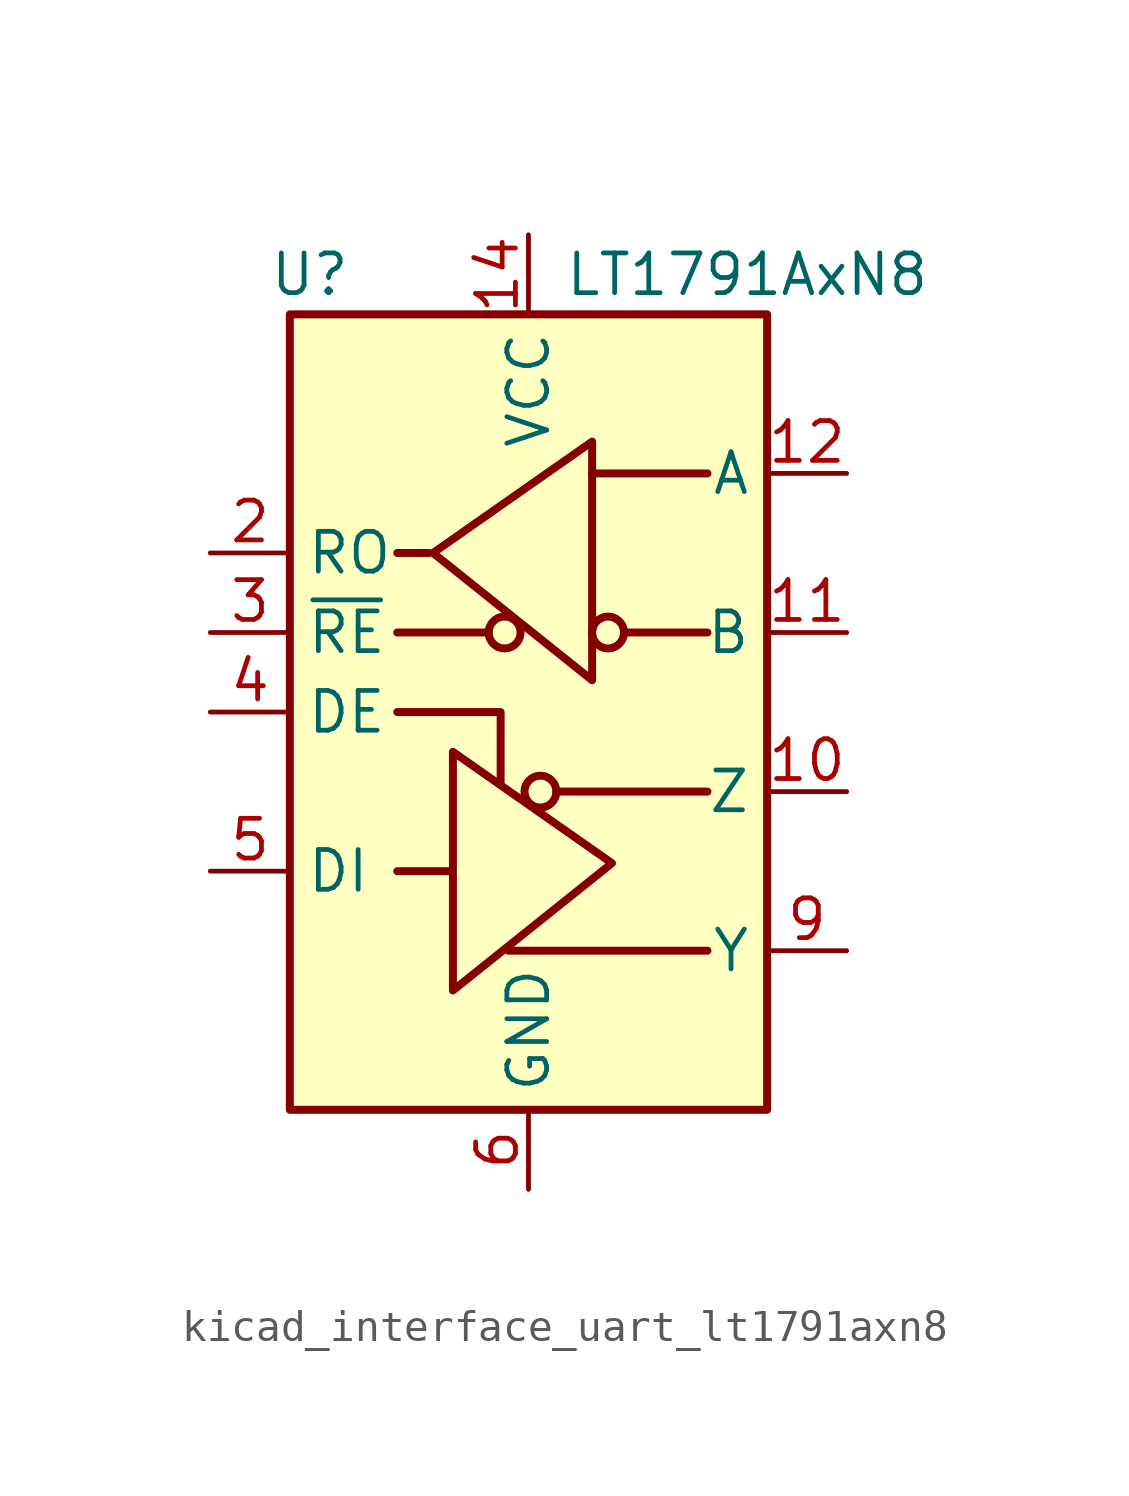
<source format=kicad_sym>
(kicad_symbol_lib
  (version 20220914)
  (generator kicad_symbol_editor)
  (symbol "kicad_interface_uart_lt1791axn8"
    (property "Reference" "U"
      (at -6.985 13.97 0)
      (effects (font (size 1.27 1.27))))
    (property "Value" "LT1791AxN8"
      (at 6.985 13.97 0)
      (effects (font (size 1.27 1.27))))
    (symbol "kicad_interface_uart_lt1791axn8_0_1"
      (rectangle (start -7.62 12.7) (end 7.62 -12.7) (stroke (width 0.254) (type default)) (fill (type background))))
    (symbol "kicad_interface_uart_lt1791axn8_1_1"
      (circle (center -0.762 2.54) (radius 0.508) (stroke (width 0.254) (type default)) (fill (type none)))
      (polyline (pts (xy -4.191 2.54) (xy -1.27 2.54)) (stroke (width 0.254) (type default)) (fill (type none)))
      (polyline (pts (xy -2.54 -5.08) (xy -4.191 -5.08)) (stroke (width 0.254) (type default)) (fill (type none)))
      (polyline (pts (xy -0.635 -7.62) (xy 5.715 -7.62)) (stroke (width 0.254) (type default)) (fill (type none)))
      (polyline (pts (xy 0.889 -2.54) (xy 5.715 -2.54)) (stroke (width 0.254) (type default)) (fill (type none)))
      (polyline (pts (xy 2.032 7.62) (xy 5.715 7.62)) (stroke (width 0.254) (type default)) (fill (type none)))
      (polyline (pts (xy 3.048 2.54) (xy 5.715 2.54)) (stroke (width 0.254) (type default)) (fill (type none)))
      (polyline (pts (xy -4.191 0) (xy -0.889 0) (xy -0.889 -2.286)) (stroke (width 0.254) (type default)) (fill (type none)))
      (polyline (pts (xy -3.175 5.08) (xy -4.191 5.08) (xy -4.064 5.08)) (stroke (width 0.254) (type default)) (fill (type none)))
      (polyline (pts (xy -2.413 -5.08) (xy -2.413 -1.27) (xy 2.667 -4.826) (xy -2.413 -8.89) (xy -2.413 -5.08)) (stroke (width 0.254) (type default)) (fill (type none)))
      (polyline (pts (xy 2.032 4.826) (xy 2.032 8.636) (xy -3.048 5.08) (xy 2.032 1.016) (xy 2.032 4.826)) (stroke (width 0.254) (type default)) (fill (type none)))
      (circle (center 0.381 -2.54) (radius 0.508) (stroke (width 0.254) (type default)) (fill (type none)))
      (circle (center 2.54 2.54) (radius 0.508) (stroke (width 0.254) (type default)) (fill (type none)))
      (pin no_connect line (at -7.62 -10.16 0) (length 2.54) hide (name "NC" (effects (font (size 1.27 1.27)))) (number "1" (effects (font (size 1.27 1.27)))))
      (pin output line (at 10.16 -2.54 180) (length 2.54) (name "Z" (effects (font (size 1.27 1.27)))) (number "10" (effects (font (size 1.27 1.27)))))
      (pin input line (at 10.16 2.54 180) (length 2.54) (name "B" (effects (font (size 1.27 1.27)))) (number "11" (effects (font (size 1.27 1.27)))))
      (pin input line (at 10.16 7.62 180) (length 2.54) (name "A" (effects (font (size 1.27 1.27)))) (number "12" (effects (font (size 1.27 1.27)))))
      (pin no_connect line (at -7.62 7.62 0) (length 2.54) hide (name "NC" (effects (font (size 1.27 1.27)))) (number "13" (effects (font (size 1.27 1.27)))))
      (pin power_in line (at 0 15.24 270) (length 2.54) (name "VCC" (effects (font (size 1.27 1.27)))) (number "14" (effects (font (size 1.27 1.27)))))
      (pin output line (at -10.16 5.08 0) (length 2.54) (name "RO" (effects (font (size 1.27 1.27)))) (number "2" (effects (font (size 1.27 1.27)))))
      (pin input line (at -10.16 2.54 0) (length 2.54) (name "~{RE}" (effects (font (size 1.27 1.27)))) (number "3" (effects (font (size 1.27 1.27)))))
      (pin input line (at -10.16 0 0) (length 2.54) (name "DE" (effects (font (size 1.27 1.27)))) (number "4" (effects (font (size 1.27 1.27)))))
      (pin input line (at -10.16 -5.08 0) (length 2.54) (name "DI" (effects (font (size 1.27 1.27)))) (number "5" (effects (font (size 1.27 1.27)))))
      (pin power_in line (at 0 -15.24 90) (length 2.54) (name "GND" (effects (font (size 1.27 1.27)))) (number "6" (effects (font (size 1.27 1.27)))))
      (pin passive line (at 0 -15.24 90) (length 2.54) hide (name "GND" (effects (font (size 1.27 1.27)))) (number "7" (effects (font (size 1.27 1.27)))))
      (pin no_connect line (at -7.62 -7.62 0) (length 2.54) hide (name "NC" (effects (font (size 1.27 1.27)))) (number "8" (effects (font (size 1.27 1.27)))))
      (pin output line (at 10.16 -7.62 180) (length 2.54) (name "Y" (effects (font (size 1.27 1.27)))) (number "9" (effects (font (size 1.27 1.27))))))))
</source>
